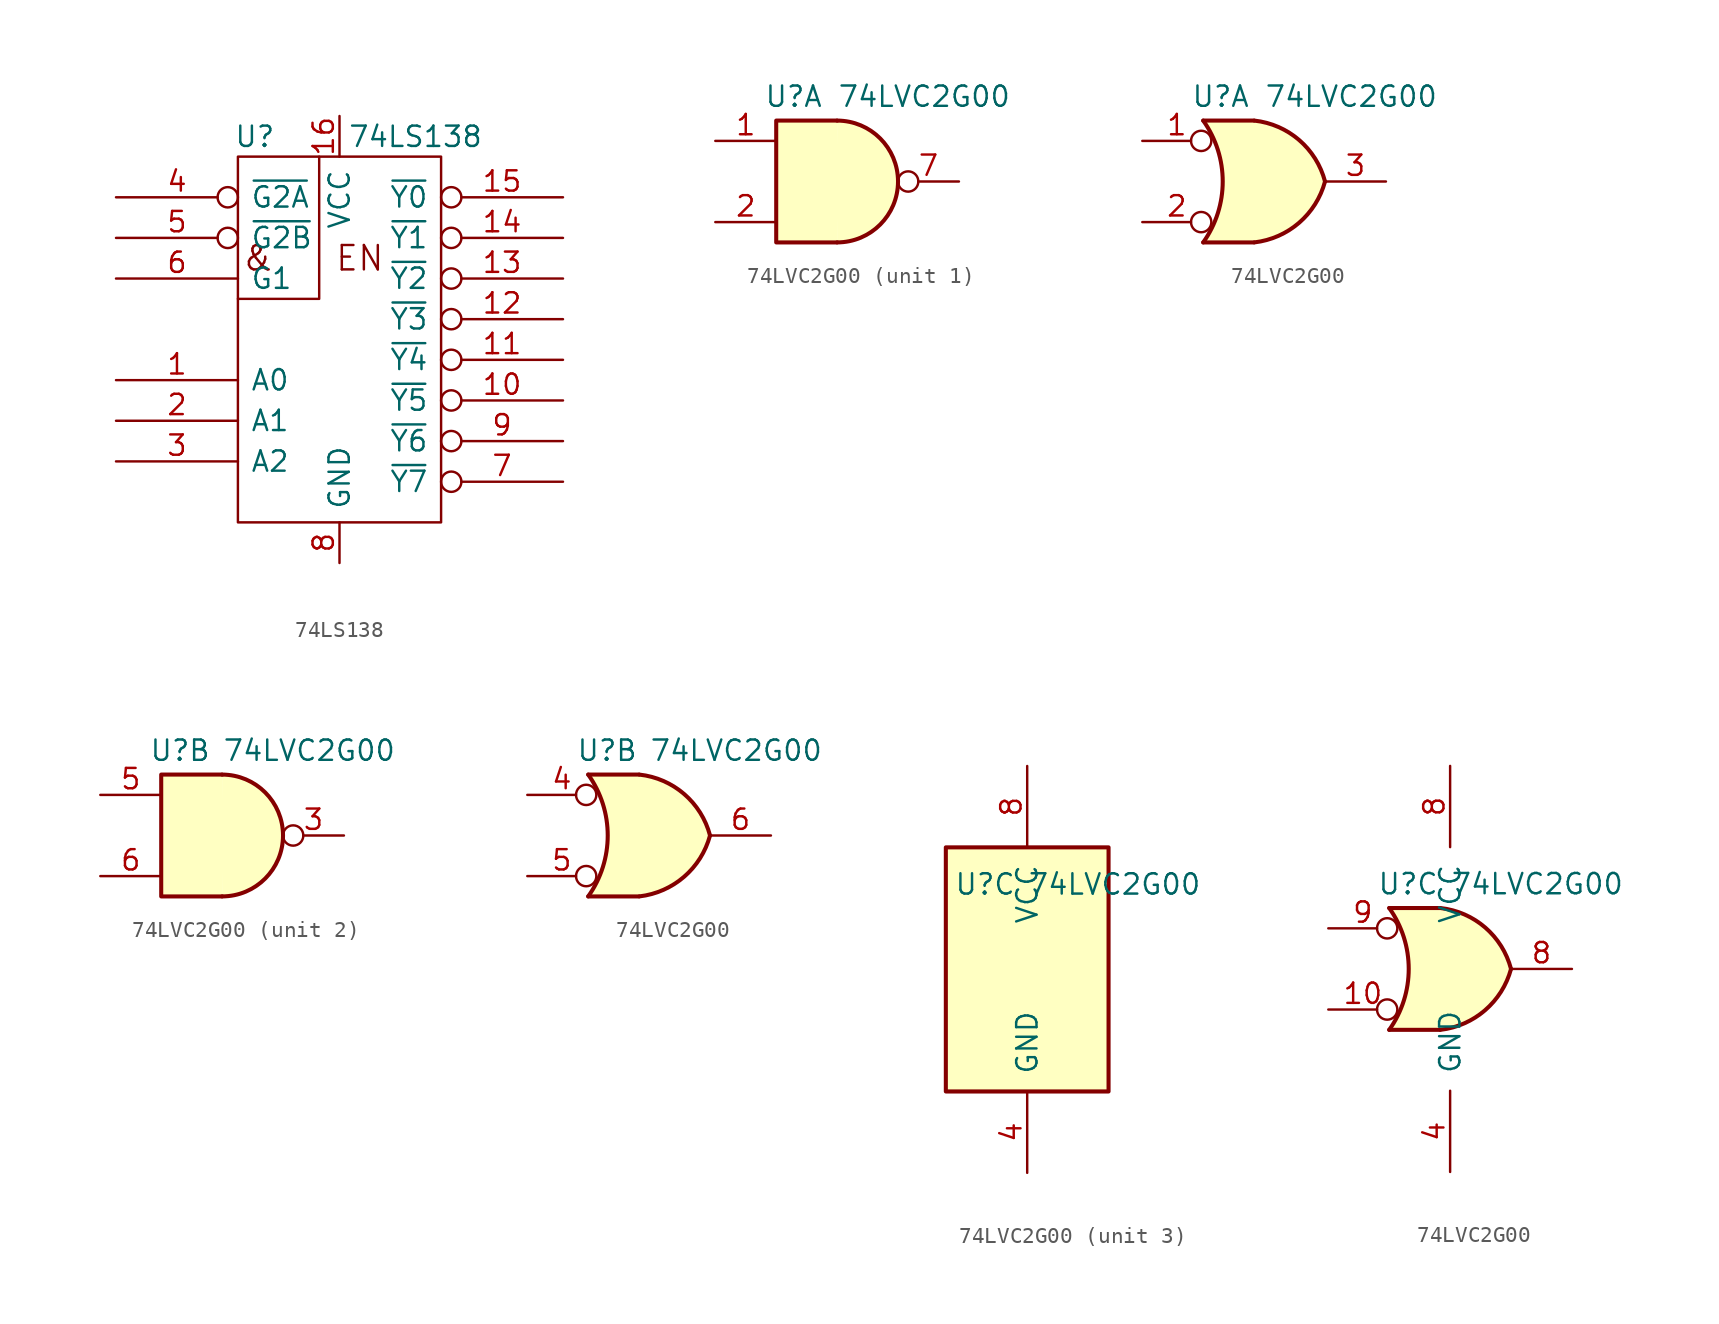
<source format=kicad_sym>
(kicad_symbol_lib
  (version 20211014)
  (generator kicad_symbol_editor)
  (symbol "74LS138"
    (pin_names
      (offset 0.762))
    (property "Reference" "U"
      (at -6.604 8.128 0)
      (effects (font (size 1.27 1.27)) (justify left bottom)))
    (property "Value" "74LS138"
      (at 0.508 8.128 0)
      (effects (font (size 1.27 1.27)) (justify left bottom)))
    (symbol "74LS138_0_0"
      (polyline (pts (xy -1.27 7.62) (xy -1.27 -1.27) (xy -6.35 -1.27) (xy -6.35 -1.27)) (stroke (width 0) (type default) (color 0 0 0 0)) (fill (type none)))
      (text "&" (at -5.08 1.27 0) (effects (font (size 1.524 1.524))))
      (text "EN" (at 1.27 1.27 0) (effects (font (size 1.524 1.524))))
      (pin power_in line (at 0 10.16 270) (length 2.54) (name "VCC" (effects (font (size 1.27 1.27)))) (number "16" (effects (font (size 1.27 1.27))))))
    (symbol "74LS138_0_1"
      (rectangle (start -6.35 7.62) (end 6.35 -15.24) (stroke (width 0) (type default) (color 0 0 0 0)) (fill (type none))))
    (symbol "74LS138_1_1"
      (pin input line (at -13.97 -6.35 0) (length 7.62) (name "A0" (effects (font (size 1.27 1.27)))) (number "1" (effects (font (size 1.27 1.27)))))
      (pin output inverted (at 13.97 -7.62 180) (length 7.62) (name "~{Y5}" (effects (font (size 1.27 1.27)))) (number "10" (effects (font (size 1.27 1.27)))))
      (pin output inverted (at 13.97 -5.08 180) (length 7.62) (name "~{Y4}" (effects (font (size 1.27 1.27)))) (number "11" (effects (font (size 1.27 1.27)))))
      (pin output inverted (at 13.97 -2.54 180) (length 7.62) (name "~{Y3}" (effects (font (size 1.27 1.27)))) (number "12" (effects (font (size 1.27 1.27)))))
      (pin output inverted (at 13.97 0 180) (length 7.62) (name "~{Y2}" (effects (font (size 1.27 1.27)))) (number "13" (effects (font (size 1.27 1.27)))))
      (pin output inverted (at 13.97 2.54 180) (length 7.62) (name "~{Y1}" (effects (font (size 1.27 1.27)))) (number "14" (effects (font (size 1.27 1.27)))))
      (pin output inverted (at 13.97 5.08 180) (length 7.62) (name "~{Y0}" (effects (font (size 1.27 1.27)))) (number "15" (effects (font (size 1.27 1.27)))))
      (pin input line (at -13.97 -8.89 0) (length 7.62) (name "A1" (effects (font (size 1.27 1.27)))) (number "2" (effects (font (size 1.27 1.27)))))
      (pin input line (at -13.97 -11.43 0) (length 7.62) (name "A2" (effects (font (size 1.27 1.27)))) (number "3" (effects (font (size 1.27 1.27)))))
      (pin input inverted (at -13.97 5.08 0) (length 7.62) (name "~{G2A}" (effects (font (size 1.27 1.27)))) (number "4" (effects (font (size 1.27 1.27)))))
      (pin input inverted (at -13.97 2.54 0) (length 7.62) (name "~{G2B}" (effects (font (size 1.27 1.27)))) (number "5" (effects (font (size 1.27 1.27)))))
      (pin input line (at -13.97 0 0) (length 7.62) (name "G1" (effects (font (size 1.27 1.27)))) (number "6" (effects (font (size 1.27 1.27)))))
      (pin output inverted (at 13.97 -12.7 180) (length 7.62) (name "~{Y7}" (effects (font (size 1.27 1.27)))) (number "7" (effects (font (size 1.27 1.27)))))
      (pin power_in line (at 0 -17.78 90) (length 2.54) (name "GND" (effects (font (size 1.27 1.27)))) (number "8" (effects (font (size 1.27 1.27)))))
      (pin output inverted (at 13.97 -10.16 180) (length 7.62) (name "~{Y6}" (effects (font (size 1.27 1.27)))) (number "9" (effects (font (size 1.27 1.27)))))))
  (symbol "74LVC2G00"
    (pin_names
      (offset 1.016))
    (property "Reference" "U"
      (at -4.572 4.572 0)
      (effects (font (size 1.27 1.27)) (justify left bottom)))
    (property "Value" "74LVC2G00"
      (at 0 4.572 0)
      (effects (font (size 1.27 1.27)) (justify left bottom)))
    (property "ki_locked" ""
      (at 0 0 0)
      (effects (font (size 1.27 1.27))))
    (symbol "74LVC2G00_1_1"
      (arc (start 0 -3.81) (mid 3.81 0) (end 0 3.81) (stroke (width 0.254) (type default) (color 0 0 0 0)) (fill (type background)))
      (polyline (pts (xy 0 3.81) (xy -3.81 3.81) (xy -3.81 -3.81) (xy 0 -3.81)) (stroke (width 0.254) (type default) (color 0 0 0 0)) (fill (type background)))
      (pin input line (at -7.62 2.54 0) (length 3.81) (name "~" (effects (font (size 1.27 1.27)))) (number "1" (effects (font (size 1.27 1.27)))))
      (pin input line (at -7.62 -2.54 0) (length 3.81) (name "~" (effects (font (size 1.27 1.27)))) (number "2" (effects (font (size 1.27 1.27)))))
      (pin output inverted (at 7.62 0 180) (length 3.81) (name "~" (effects (font (size 1.27 1.27)))) (number "7" (effects (font (size 1.27 1.27))))))
    (symbol "74LVC2G00_1_2"
      (arc (start -3.81 -3.81) (mid -2.589 0) (end -3.81 3.81) (stroke (width 0.254) (type default) (color 0 0 0 0)) (fill (type none)))
      (arc (start -0.6096 -3.81) (mid 2.1842 -2.5851) (end 3.81 0) (stroke (width 0.254) (type default) (color 0 0 0 0)) (fill (type background)))
      (polyline (pts (xy -3.81 -3.81) (xy -0.635 -3.81)) (stroke (width 0.254) (type default) (color 0 0 0 0)) (fill (type background)))
      (polyline (pts (xy -3.81 3.81) (xy -0.635 3.81)) (stroke (width 0.254) (type default) (color 0 0 0 0)) (fill (type background)))
      (polyline (pts (xy -0.635 3.81) (xy -3.81 3.81) (xy -3.81 3.81) (xy -3.556 3.404) (xy -3.023 2.261) (xy -2.692 1.041) (xy -2.616 -0.254) (xy -2.769 -1.499) (xy -3.175 -2.718) (xy -3.81 -3.81) (xy -3.81 -3.81) (xy -0.635 -3.81)) (stroke (width -25.4) (type default) (color 0 0 0 0)) (fill (type background)))
      (arc (start 3.81 0) (mid 2.1915 2.5936) (end -0.6096 3.81) (stroke (width 0.254) (type default) (color 0 0 0 0)) (fill (type background)))
      (pin input inverted (at -7.62 2.54 0) (length 4.318) (name "~" (effects (font (size 1.27 1.27)))) (number "1" (effects (font (size 1.27 1.27)))))
      (pin input inverted (at -7.62 -2.54 0) (length 4.318) (name "~" (effects (font (size 1.27 1.27)))) (number "2" (effects (font (size 1.27 1.27)))))
      (pin output line (at 7.62 0 180) (length 3.81) (name "~" (effects (font (size 1.27 1.27)))) (number "3" (effects (font (size 1.27 1.27))))))
    (symbol "74LVC2G00_2_1"
      (arc (start 0 -3.81) (mid 3.81 0) (end 0 3.81) (stroke (width 0.254) (type default) (color 0 0 0 0)) (fill (type background)))
      (polyline (pts (xy 0 3.81) (xy -3.81 3.81) (xy -3.81 -3.81) (xy 0 -3.81)) (stroke (width 0.254) (type default) (color 0 0 0 0)) (fill (type background)))
      (pin output inverted (at 7.62 0 180) (length 3.81) (name "~" (effects (font (size 1.27 1.27)))) (number "3" (effects (font (size 1.27 1.27)))))
      (pin input line (at -7.62 2.54 0) (length 3.81) (name "~" (effects (font (size 1.27 1.27)))) (number "5" (effects (font (size 1.27 1.27)))))
      (pin input line (at -7.62 -2.54 0) (length 3.81) (name "~" (effects (font (size 1.27 1.27)))) (number "6" (effects (font (size 1.27 1.27))))))
    (symbol "74LVC2G00_2_2"
      (arc (start -3.81 -3.81) (mid -2.589 0) (end -3.81 3.81) (stroke (width 0.254) (type default) (color 0 0 0 0)) (fill (type none)))
      (arc (start -0.6096 -3.81) (mid 2.1842 -2.5851) (end 3.81 0) (stroke (width 0.254) (type default) (color 0 0 0 0)) (fill (type background)))
      (polyline (pts (xy -3.81 -3.81) (xy -0.635 -3.81)) (stroke (width 0.254) (type default) (color 0 0 0 0)) (fill (type background)))
      (polyline (pts (xy -3.81 3.81) (xy -0.635 3.81)) (stroke (width 0.254) (type default) (color 0 0 0 0)) (fill (type background)))
      (polyline (pts (xy -0.635 3.81) (xy -3.81 3.81) (xy -3.81 3.81) (xy -3.556 3.404) (xy -3.023 2.261) (xy -2.692 1.041) (xy -2.616 -0.254) (xy -2.769 -1.499) (xy -3.175 -2.718) (xy -3.81 -3.81) (xy -3.81 -3.81) (xy -0.635 -3.81)) (stroke (width -25.4) (type default) (color 0 0 0 0)) (fill (type background)))
      (arc (start 3.81 0) (mid 2.1915 2.5936) (end -0.6096 3.81) (stroke (width 0.254) (type default) (color 0 0 0 0)) (fill (type background)))
      (pin input inverted (at -7.62 2.54 0) (length 4.318) (name "~" (effects (font (size 1.27 1.27)))) (number "4" (effects (font (size 1.27 1.27)))))
      (pin input inverted (at -7.62 -2.54 0) (length 4.318) (name "~" (effects (font (size 1.27 1.27)))) (number "5" (effects (font (size 1.27 1.27)))))
      (pin output line (at 7.62 0 180) (length 3.81) (name "~" (effects (font (size 1.27 1.27)))) (number "6" (effects (font (size 1.27 1.27))))))
    (symbol "74LVC2G00_3_0"
      (pin power_in line (at 0 -12.7 90) (length 5.08) (name "GND" (effects (font (size 1.27 1.27)))) (number "4" (effects (font (size 1.27 1.27)))))
      (pin power_in line (at 0 12.7 270) (length 5.08) (name "VCC" (effects (font (size 1.27 1.27)))) (number "8" (effects (font (size 1.27 1.27))))))
    (symbol "74LVC2G00_3_1"
      (rectangle (start -5.08 7.62) (end 5.08 -7.62) (stroke (width 0.254) (type default) (color 0 0 0 0)) (fill (type background))))
    (symbol "74LVC2G00_3_2"
      (arc (start -3.81 -3.81) (mid -2.589 0) (end -3.81 3.81) (stroke (width 0.254) (type default) (color 0 0 0 0)) (fill (type none)))
      (arc (start -0.6096 -3.81) (mid 2.1842 -2.5851) (end 3.81 0) (stroke (width 0.254) (type default) (color 0 0 0 0)) (fill (type background)))
      (polyline (pts (xy -3.81 -3.81) (xy -0.635 -3.81)) (stroke (width 0.254) (type default) (color 0 0 0 0)) (fill (type background)))
      (polyline (pts (xy -3.81 3.81) (xy -0.635 3.81)) (stroke (width 0.254) (type default) (color 0 0 0 0)) (fill (type background)))
      (polyline (pts (xy -0.635 3.81) (xy -3.81 3.81) (xy -3.81 3.81) (xy -3.556 3.404) (xy -3.023 2.261) (xy -2.692 1.041) (xy -2.616 -0.254) (xy -2.769 -1.499) (xy -3.175 -2.718) (xy -3.81 -3.81) (xy -3.81 -3.81) (xy -0.635 -3.81)) (stroke (width -25.4) (type default) (color 0 0 0 0)) (fill (type background)))
      (arc (start 3.81 0) (mid 2.1915 2.5936) (end -0.6096 3.81) (stroke (width 0.254) (type default) (color 0 0 0 0)) (fill (type background)))
      (pin input inverted (at -7.62 -2.54 0) (length 4.318) (name "~" (effects (font (size 1.27 1.27)))) (number "10" (effects (font (size 1.27 1.27)))))
      (pin output line (at 7.62 0 180) (length 3.81) (name "~" (effects (font (size 1.27 1.27)))) (number "8" (effects (font (size 1.27 1.27)))))
      (pin input inverted (at -7.62 2.54 0) (length 4.318) (name "~" (effects (font (size 1.27 1.27)))) (number "9" (effects (font (size 1.27 1.27))))))))
</source>
